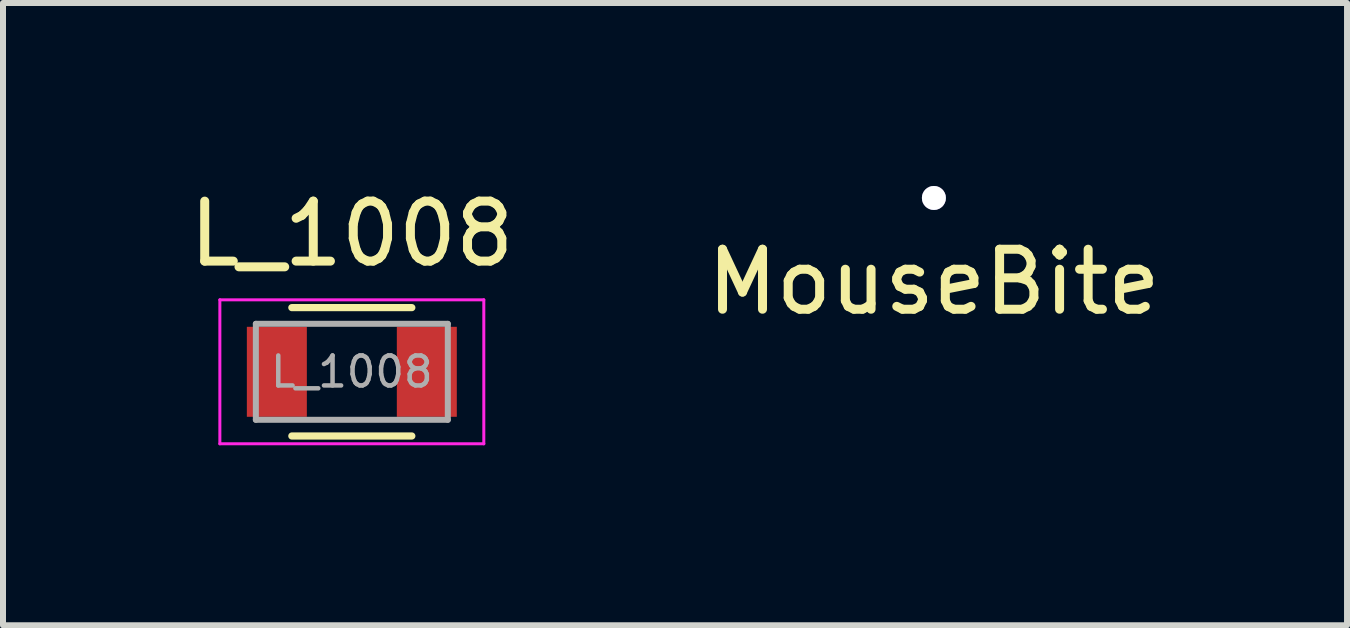
<source format=kicad_pcb>
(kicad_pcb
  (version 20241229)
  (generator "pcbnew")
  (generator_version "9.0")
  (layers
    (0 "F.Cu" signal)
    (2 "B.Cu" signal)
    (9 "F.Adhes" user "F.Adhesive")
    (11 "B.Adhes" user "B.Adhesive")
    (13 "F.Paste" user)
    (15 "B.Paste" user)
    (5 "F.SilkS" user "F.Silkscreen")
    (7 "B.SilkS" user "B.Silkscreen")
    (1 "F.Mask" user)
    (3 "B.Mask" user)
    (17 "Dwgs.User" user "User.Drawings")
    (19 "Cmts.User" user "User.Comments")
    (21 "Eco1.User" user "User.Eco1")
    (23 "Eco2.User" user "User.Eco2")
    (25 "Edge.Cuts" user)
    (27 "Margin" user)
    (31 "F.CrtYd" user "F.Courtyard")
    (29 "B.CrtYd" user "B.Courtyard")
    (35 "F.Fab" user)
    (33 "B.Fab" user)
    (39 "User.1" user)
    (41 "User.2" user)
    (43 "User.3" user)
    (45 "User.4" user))
  (footprint "MouseBite"
    (layer "F.Cu")
    (at 12.518 0.25)
    (property "Reference" "MouseBite" (at 0 1.4 0) (layer "F.SilkS") (effects (font (size 1 1) (thickness 0.15))))
    (attr through_hole)
    (pad "~" thru_hole circle (at 0 0) (size 0.4 0.4) (drill 0.4) (layers "*.Cu" "*.Mask")))
  (footprint "L_1008"
    (layer "F.Cu")
    (at 2.815 3.148)
    (property "Reference" "L_1008" (at 0 -2.3 0) (layer "F.SilkS") (effects (font (size 1 1) (thickness 0.15))))
    (attr smd)
    (fp_line (start -1 -1.07) (end 1 -1.07) (stroke (width 0.12) (type solid)) (layer "F.SilkS"))
    (fp_line (start 1 1.07) (end -1 1.07) (stroke (width 0.12) (type solid)) (layer "F.SilkS"))
    (fp_line (start -2.2 -1.2) (end -2.2 1.2) (stroke (width 0.05) (type solid)) (layer "F.CrtYd"))
    (fp_line (start -2.2 -1.2) (end 2.2 -1.2) (stroke (width 0.05) (type solid)) (layer "F.CrtYd"))
    (fp_line (start -2.2 1.2) (end 2.2 1.2) (stroke (width 0.05) (type solid)) (layer "F.CrtYd"))
    (fp_line (start 2.2 -1.2) (end 2.2 1.2) (stroke (width 0.05) (type solid)) (layer "F.CrtYd"))
    (fp_line (start -1.6 -0.8) (end 1.6 -0.8) (stroke (width 0.1) (type solid)) (layer "F.Fab"))
    (fp_line (start -1.6 0.8) (end -1.6 -0.8) (stroke (width 0.1) (type solid)) (layer "F.Fab"))
    (fp_line (start 1.6 -0.8) (end 1.6 0.8) (stroke (width 0.1) (type solid)) (layer "F.Fab"))
    (fp_line (start 1.6 0.8) (end -1.6 0.8) (stroke (width 0.1) (type solid)) (layer "F.Fab"))
    (fp_text user "${REFERENCE}" (at 0 0 0) (layer "F.Fab") (effects (font (size 0.5 0.5) (thickness 0.075))))
    (pad "1" smd rect (at -1.25 0) (size 1 1.5) (layers "F.Cu" "F.Mask" "F.Paste"))
    (pad "2" smd rect (at 1.25 0) (size 1 1.5) (layers "F.Cu" "F.Mask" "F.Paste")))
  (gr_rect
    (start -3 -3)
    (end 19.405 7.373)
    (stroke (width 0.1) (type default))
    (fill no)
    (layer "Edge.Cuts")))
</source>
